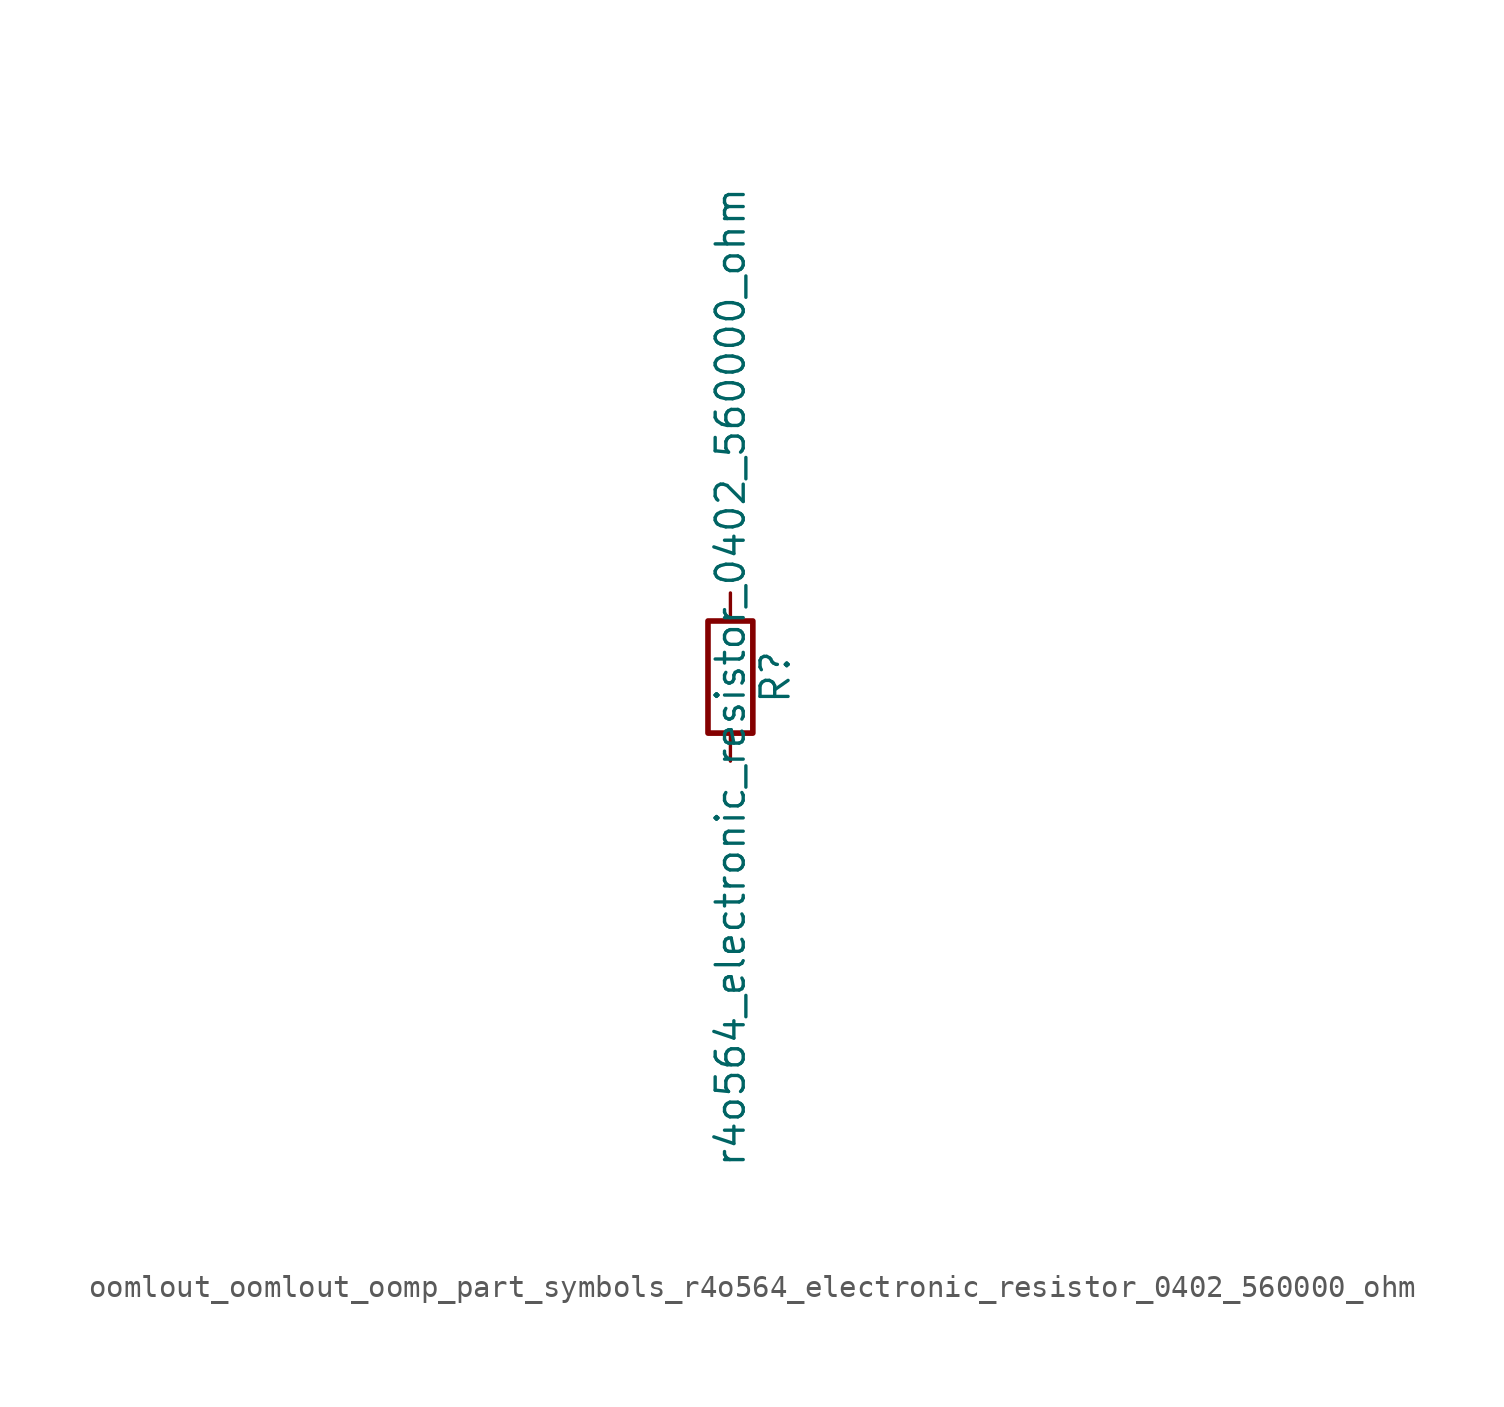
<source format=kicad_sym>
(kicad_symbol_lib
  (version 20220914)
  (generator kicad_symbol_editor)
  (symbol "oomlout_oomlout_oomp_part_symbols_r4o564_electronic_resistor_0402_560000_ohm"
    (pin_numbers hide)
    (pin_names
      (offset 0))
    (property "Reference" "R"
      (at 2.032 0 90)
      (effects (font (size 1.27 1.27))))
    (property "Value" "r4o564_electronic_resistor_0402_560000_ohm"
      (at 0 0 90)
      (effects (font (size 1.27 1.27))))
    (symbol "oomlout_oomlout_oomp_part_symbols_r4o564_electronic_resistor_0402_560000_ohm_0_1"
      (rectangle (start -1.016 -2.54) (end 1.016 2.54) (stroke (width 0.254) (type default)) (fill (type none))))
    (symbol "oomlout_oomlout_oomp_part_symbols_r4o564_electronic_resistor_0402_560000_ohm_1_1"
      (pin passive line (at 0 3.81 270) (length 1.27) (name "~" (effects (font (size 1.27 1.27)))) (number "1" (effects (font (size 1.27 1.27)))))
      (pin passive line (at 0 -3.81 90) (length 1.27) (name "~" (effects (font (size 1.27 1.27)))) (number "2" (effects (font (size 1.27 1.27))))))))
</source>
